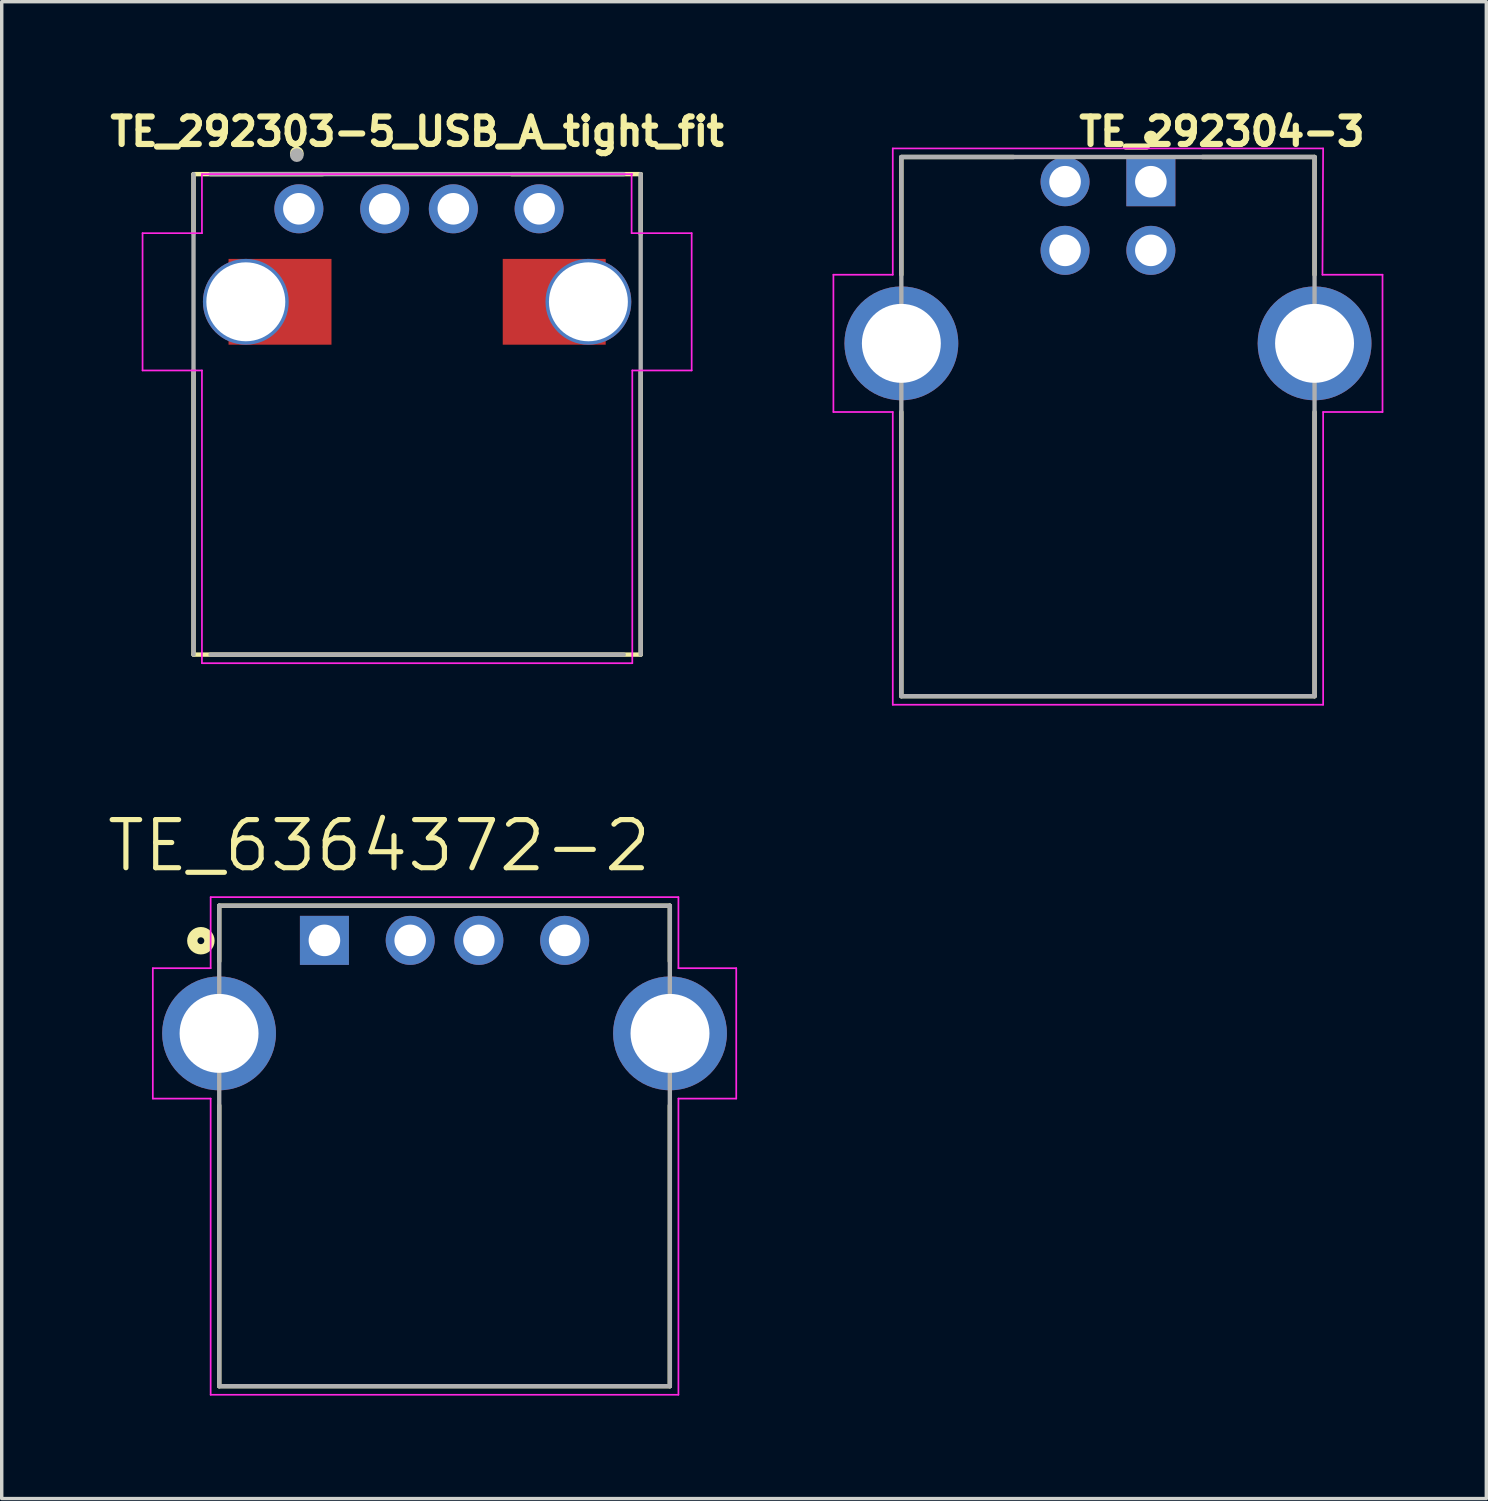
<source format=kicad_pcb>
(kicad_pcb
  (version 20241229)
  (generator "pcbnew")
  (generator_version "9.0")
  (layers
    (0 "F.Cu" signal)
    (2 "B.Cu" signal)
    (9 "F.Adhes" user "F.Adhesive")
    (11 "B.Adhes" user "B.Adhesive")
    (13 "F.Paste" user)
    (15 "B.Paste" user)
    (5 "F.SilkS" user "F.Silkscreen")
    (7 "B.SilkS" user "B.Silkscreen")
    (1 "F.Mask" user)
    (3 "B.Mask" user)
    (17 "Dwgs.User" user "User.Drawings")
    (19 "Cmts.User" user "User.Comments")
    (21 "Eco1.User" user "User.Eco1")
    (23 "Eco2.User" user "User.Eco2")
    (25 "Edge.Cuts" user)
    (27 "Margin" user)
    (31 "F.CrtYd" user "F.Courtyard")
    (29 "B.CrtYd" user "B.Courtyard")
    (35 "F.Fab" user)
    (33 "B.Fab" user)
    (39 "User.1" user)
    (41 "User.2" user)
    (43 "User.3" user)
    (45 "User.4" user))
  (footprint "TE_292303-5_USB_A_tight_fit"
    (layer "F.Cu")
    (at 9.104 16.024)
    (property "Reference" "TE_292303-5_USB_A_tight_fit" (at 0 -15.24 0) (layer "F.SilkS") (effects (font (size 0.8 0.8) (thickness 0.18))))
    (attr through_hole)
    (fp_line (start -6.515 -14) (end -2.75 -14) (stroke (width 0.127) (type solid)) (layer "F.SilkS"))
    (fp_line (start -6.515 -12.28) (end -6.515 -14) (stroke (width 0.127) (type solid)) (layer "F.SilkS"))
    (fp_line (start -6.515 -8.28) (end -6.515 0) (stroke (width 0.127) (type solid)) (layer "F.SilkS"))
    (fp_line (start -6.515 0) (end 6.515 0) (stroke (width 0.127) (type solid)) (layer "F.SilkS"))
    (fp_line (start 2.75 -14) (end 6.515 -14) (stroke (width 0.127) (type solid)) (layer "F.SilkS"))
    (fp_line (start 6.515 -14) (end 6.515 -12.25) (stroke (width 0.127) (type solid)) (layer "F.SilkS"))
    (fp_line (start 6.515 0) (end 6.515 -8.24) (stroke (width 0.127) (type solid)) (layer "F.SilkS"))
    (fp_circle (center -3.505 -14.605) (end -3.405 -14.605) (stroke (width 0.2) (type solid)) (fill no) (layer "F.SilkS"))
    (fp_line (start -8 -12.28) (end -6.27 -12.28) (stroke (width 0.05) (type solid)) (layer "F.CrtYd"))
    (fp_line (start -8 -8.28) (end -8 -12.28) (stroke (width 0.05) (type solid)) (layer "F.CrtYd"))
    (fp_line (start -6.27 -14) (end 6.27 -14) (stroke (width 0.05) (type solid)) (layer "F.CrtYd"))
    (fp_line (start -6.27 -12.28) (end -6.27 -14) (stroke (width 0.05) (type solid)) (layer "F.CrtYd"))
    (fp_line (start -6.27 -8.28) (end -8 -8.28) (stroke (width 0.05) (type solid)) (layer "F.CrtYd"))
    (fp_line (start -6.27 0.25) (end -6.27 -8.28) (stroke (width 0.05) (type solid)) (layer "F.CrtYd"))
    (fp_line (start 6.25 -14) (end 6.25 -12.28) (stroke (width 0.05) (type solid)) (layer "F.CrtYd"))
    (fp_line (start 6.25 -12.28) (end 8 -12.28) (stroke (width 0.05) (type solid)) (layer "F.CrtYd"))
    (fp_line (start 6.27 -8.28) (end 6.27 0.25) (stroke (width 0.05) (type solid)) (layer "F.CrtYd"))
    (fp_line (start 6.27 0.25) (end -6.27 0.25) (stroke (width 0.05) (type solid)) (layer "F.CrtYd"))
    (fp_line (start 8 -12.28) (end 8 -8.28) (stroke (width 0.05) (type solid)) (layer "F.CrtYd"))
    (fp_line (start 8 -8.28) (end 6.27 -8.28) (stroke (width 0.05) (type solid)) (layer "F.CrtYd"))
    (fp_line (start -6.515 -14) (end -6.515 0) (stroke (width 0.127) (type solid)) (layer "F.Fab"))
    (fp_line (start -6.02 0) (end 6.02 0) (stroke (width 0.127) (type solid)) (layer "F.Fab"))
    (fp_line (start 6.02 -14) (end -6.02 -14) (stroke (width 0.127) (type solid)) (layer "F.Fab"))
    (fp_line (start 6.515 0) (end 6.515 -14) (stroke (width 0.127) (type solid)) (layer "F.Fab"))
    (fp_circle (center -3.505 -14.554) (end -3.405 -14.554) (stroke (width 0.2) (type solid)) (fill no) (layer "F.Fab"))
    (pad "1" thru_hole oval (at -3.445 -12.99) (size 1.428 1.428) (drill 0.92) (layers "*.Cu" "*.Mask"))
    (pad "2" thru_hole circle (at -0.945 -12.99) (size 1.428 1.428) (drill 0.92) (layers "*.Cu" "*.Mask"))
    (pad "3" thru_hole circle (at 1.055 -12.99) (size 1.428 1.428) (drill 0.92) (layers "*.Cu" "*.Mask"))
    (pad "4" thru_hole circle (at 3.555 -12.99) (size 1.428 1.428) (drill 0.92) (layers "*.Cu" "*.Mask"))
    (pad "SH1" thru_hole circle (at -4.991 -10.28) (size 2.5 2.5) (drill 2.3) (layers "*.Cu" "*.Mask"))
    (pad "SH1" smd rect (at -3.995 -10.28 180) (size 3 2.5) (layers "F.Cu" "F.Mask" "F.Paste"))
    (pad "SH2" smd rect (at 3.995 -10.28 180) (size 3 2.5) (layers "F.Cu" "F.Mask" "F.Paste"))
    (pad "SH2" thru_hole circle (at 4.991 -10.28) (size 2.5 2.5) (drill 2.3) (layers "*.Cu" "*.Mask")))
  (footprint "TE_6364372-2"
    (layer "F.Cu")
    (at 9.903 27.061)
    (property "Reference" "TE_6364372-2" (at -1.907 -5.468 0) (layer "F.SilkS") (effects (font (size 1.402 1.402) (thickness 0.15))))
    (attr through_hole)
    (fp_line (start -6.565 -3.72) (end 6.565 -3.72) (stroke (width 0.127) (type solid)) (layer "F.SilkS"))
    (fp_line (start -6.565 -2.1) (end -6.565 -3.72) (stroke (width 0.127) (type solid)) (layer "F.SilkS"))
    (fp_line (start -6.565 10.28) (end -6.565 2.1) (stroke (width 0.127) (type solid)) (layer "F.SilkS"))
    (fp_line (start 6.565 -3.72) (end 6.565 -2.1) (stroke (width 0.127) (type solid)) (layer "F.SilkS"))
    (fp_line (start 6.565 2.1) (end 6.565 10.28) (stroke (width 0.127) (type solid)) (layer "F.SilkS"))
    (fp_line (start 6.565 10.28) (end -6.565 10.28) (stroke (width 0.127) (type solid)) (layer "F.SilkS"))
    (fp_circle (center -7.1 -2.7) (end -7 -2.7) (stroke (width 0.3) (type solid)) (fill no) (layer "F.SilkS"))
    (fp_line (start -8.5 -1.9) (end -6.815 -1.9) (stroke (width 0.05) (type solid)) (layer "F.CrtYd"))
    (fp_line (start -8.5 1.9) (end -8.5 -1.9) (stroke (width 0.05) (type solid)) (layer "F.CrtYd"))
    (fp_line (start -6.815 -3.97) (end 6.815 -3.97) (stroke (width 0.05) (type solid)) (layer "F.CrtYd"))
    (fp_line (start -6.815 -1.9) (end -6.815 -3.97) (stroke (width 0.05) (type solid)) (layer "F.CrtYd"))
    (fp_line (start -6.815 1.9) (end -8.5 1.9) (stroke (width 0.05) (type solid)) (layer "F.CrtYd"))
    (fp_line (start -6.815 10.53) (end -6.815 1.9) (stroke (width 0.05) (type solid)) (layer "F.CrtYd"))
    (fp_line (start 6.815 -3.97) (end 6.815 -1.9) (stroke (width 0.05) (type solid)) (layer "F.CrtYd"))
    (fp_line (start 6.815 -1.9) (end 8.5 -1.9) (stroke (width 0.05) (type solid)) (layer "F.CrtYd"))
    (fp_line (start 6.815 1.9) (end 6.815 10.53) (stroke (width 0.05) (type solid)) (layer "F.CrtYd"))
    (fp_line (start 6.815 10.53) (end -6.815 10.53) (stroke (width 0.05) (type solid)) (layer "F.CrtYd"))
    (fp_line (start 8.5 -1.9) (end 8.5 1.9) (stroke (width 0.05) (type solid)) (layer "F.CrtYd"))
    (fp_line (start 8.5 1.9) (end 6.815 1.9) (stroke (width 0.05) (type solid)) (layer "F.CrtYd"))
    (fp_line (start -6.565 -3.72) (end 6.565 -3.72) (stroke (width 0.127) (type solid)) (layer "F.Fab"))
    (fp_line (start -6.565 10.28) (end -6.565 -3.72) (stroke (width 0.127) (type solid)) (layer "F.Fab"))
    (fp_line (start 6.565 -3.72) (end 6.565 10.28) (stroke (width 0.127) (type solid)) (layer "F.Fab"))
    (fp_line (start 6.565 10.28) (end -6.565 10.28) (stroke (width 0.127) (type solid)) (layer "F.Fab"))
    (pad "1" thru_hole rect (at -3.5 -2.71) (size 1.428 1.428) (drill 0.92) (layers "*.Cu" "*.Mask"))
    (pad "2" thru_hole circle (at -1 -2.71) (size 1.428 1.428) (drill 0.92) (layers "*.Cu" "*.Mask"))
    (pad "3" thru_hole circle (at 1 -2.71) (size 1.428 1.428) (drill 0.92) (layers "*.Cu" "*.Mask"))
    (pad "4" thru_hole circle (at 3.5 -2.71) (size 1.428 1.428) (drill 0.92) (layers "*.Cu" "*.Mask"))
    (pad "SH1" thru_hole circle (at -6.57 0) (size 3.316 3.316) (drill 2.3) (layers "*.Cu" "*.Mask"))
    (pad "SH2" thru_hole circle (at 6.57 0) (size 3.316 3.316) (drill 2.3) (layers "*.Cu" "*.Mask")))
  (footprint "TE_292304-3"
    (layer "F.Cu")
    (at 29.234 17.235)
    (property "Reference" "TE_292304-3" (at 3.321 -16.451 180) (layer "F.SilkS") (effects (font (size 0.8 0.8) (thickness 0.18))))
    (attr through_hole)
    (fp_line (start -6.02 -12.28) (end -6.02 -15.71) (stroke (width 0.127) (type solid)) (layer "F.SilkS"))
    (fp_line (start -6.02 -8.28) (end -6.02 0) (stroke (width 0.127) (type solid)) (layer "F.SilkS"))
    (fp_line (start -6.02 0) (end 6.02 0) (stroke (width 0.127) (type solid)) (layer "F.SilkS"))
    (fp_line (start -6 -15.71) (end -2.75 -15.71) (stroke (width 0.127) (type solid)) (layer "F.SilkS"))
    (fp_line (start 2.75 -15.71) (end 6.02 -15.71) (stroke (width 0.127) (type solid)) (layer "F.SilkS"))
    (fp_line (start 6.02 -15.71) (end 6.02 -12.28) (stroke (width 0.127) (type solid)) (layer "F.SilkS"))
    (fp_line (start 6.02 0) (end 6.02 -8.28) (stroke (width 0.127) (type solid)) (layer "F.SilkS"))
    (fp_circle (center 1.25 -16.28) (end 1.35 -16.28) (stroke (width 0.2) (type solid)) (fill no) (layer "F.SilkS"))
    (fp_line (start -8 -12.28) (end -6.27 -12.28) (stroke (width 0.05) (type solid)) (layer "F.CrtYd"))
    (fp_line (start -8 -8.28) (end -8 -12.28) (stroke (width 0.05) (type solid)) (layer "F.CrtYd"))
    (fp_line (start -6.27 -15.96) (end 6.27 -15.96) (stroke (width 0.05) (type solid)) (layer "F.CrtYd"))
    (fp_line (start -6.27 -12.28) (end -6.27 -15.96) (stroke (width 0.05) (type solid)) (layer "F.CrtYd"))
    (fp_line (start -6.27 -8.28) (end -8 -8.28) (stroke (width 0.05) (type solid)) (layer "F.CrtYd"))
    (fp_line (start -6.27 0.25) (end -6.27 -8.28) (stroke (width 0.05) (type solid)) (layer "F.CrtYd"))
    (fp_line (start 6.25 -12.28) (end 8 -12.28) (stroke (width 0.05) (type solid)) (layer "F.CrtYd"))
    (fp_line (start 6.27 -15.96) (end 6.25 -12.28) (stroke (width 0.05) (type solid)) (layer "F.CrtYd"))
    (fp_line (start 6.27 -8.28) (end 6.27 0.25) (stroke (width 0.05) (type solid)) (layer "F.CrtYd"))
    (fp_line (start 6.27 0.25) (end -6.27 0.25) (stroke (width 0.05) (type solid)) (layer "F.CrtYd"))
    (fp_line (start 8 -12.28) (end 8 -8.28) (stroke (width 0.05) (type solid)) (layer "F.CrtYd"))
    (fp_line (start 8 -8.28) (end 6.27 -8.28) (stroke (width 0.05) (type solid)) (layer "F.CrtYd"))
    (fp_line (start -6.02 -15.71) (end -6.02 0) (stroke (width 0.127) (type solid)) (layer "F.Fab"))
    (fp_line (start -6.02 0) (end 6.02 0) (stroke (width 0.127) (type solid)) (layer "F.Fab"))
    (fp_line (start 6.02 -15.71) (end -6.02 -15.71) (stroke (width 0.127) (type solid)) (layer "F.Fab"))
    (fp_line (start 6.02 0) (end 6.02 -15.71) (stroke (width 0.127) (type solid)) (layer "F.Fab"))
    (fp_circle (center 1.25 -14.99) (end 1.35 -14.99) (stroke (width 0.2) (type solid)) (fill no) (layer "F.Fab"))
    (pad "1" thru_hole rect (at 1.25 -14.99) (size 1.428 1.428) (drill 0.92) (layers "*.Cu" "*.Mask"))
    (pad "2" thru_hole circle (at -1.25 -14.99) (size 1.428 1.428) (drill 0.92) (layers "*.Cu" "*.Mask"))
    (pad "3" thru_hole circle (at -1.25 -12.99) (size 1.428 1.428) (drill 0.92) (layers "*.Cu" "*.Mask"))
    (pad "4" thru_hole circle (at 1.25 -12.99) (size 1.428 1.428) (drill 0.92) (layers "*.Cu" "*.Mask"))
    (pad "SH1" thru_hole circle (at -6.02 -10.28) (size 3.316 3.316) (drill 2.3) (layers "*.Cu" "*.Mask"))
    (pad "SH2" thru_hole circle (at 6.02 -10.28) (size 3.316 3.316) (drill 2.3) (layers "*.Cu" "*.Mask")))
  (gr_rect
    (start -3 -3)
    (end 40.259 40.616)
    (stroke (width 0.1) (type default))
    (fill no)
    (layer "Edge.Cuts")))
</source>
